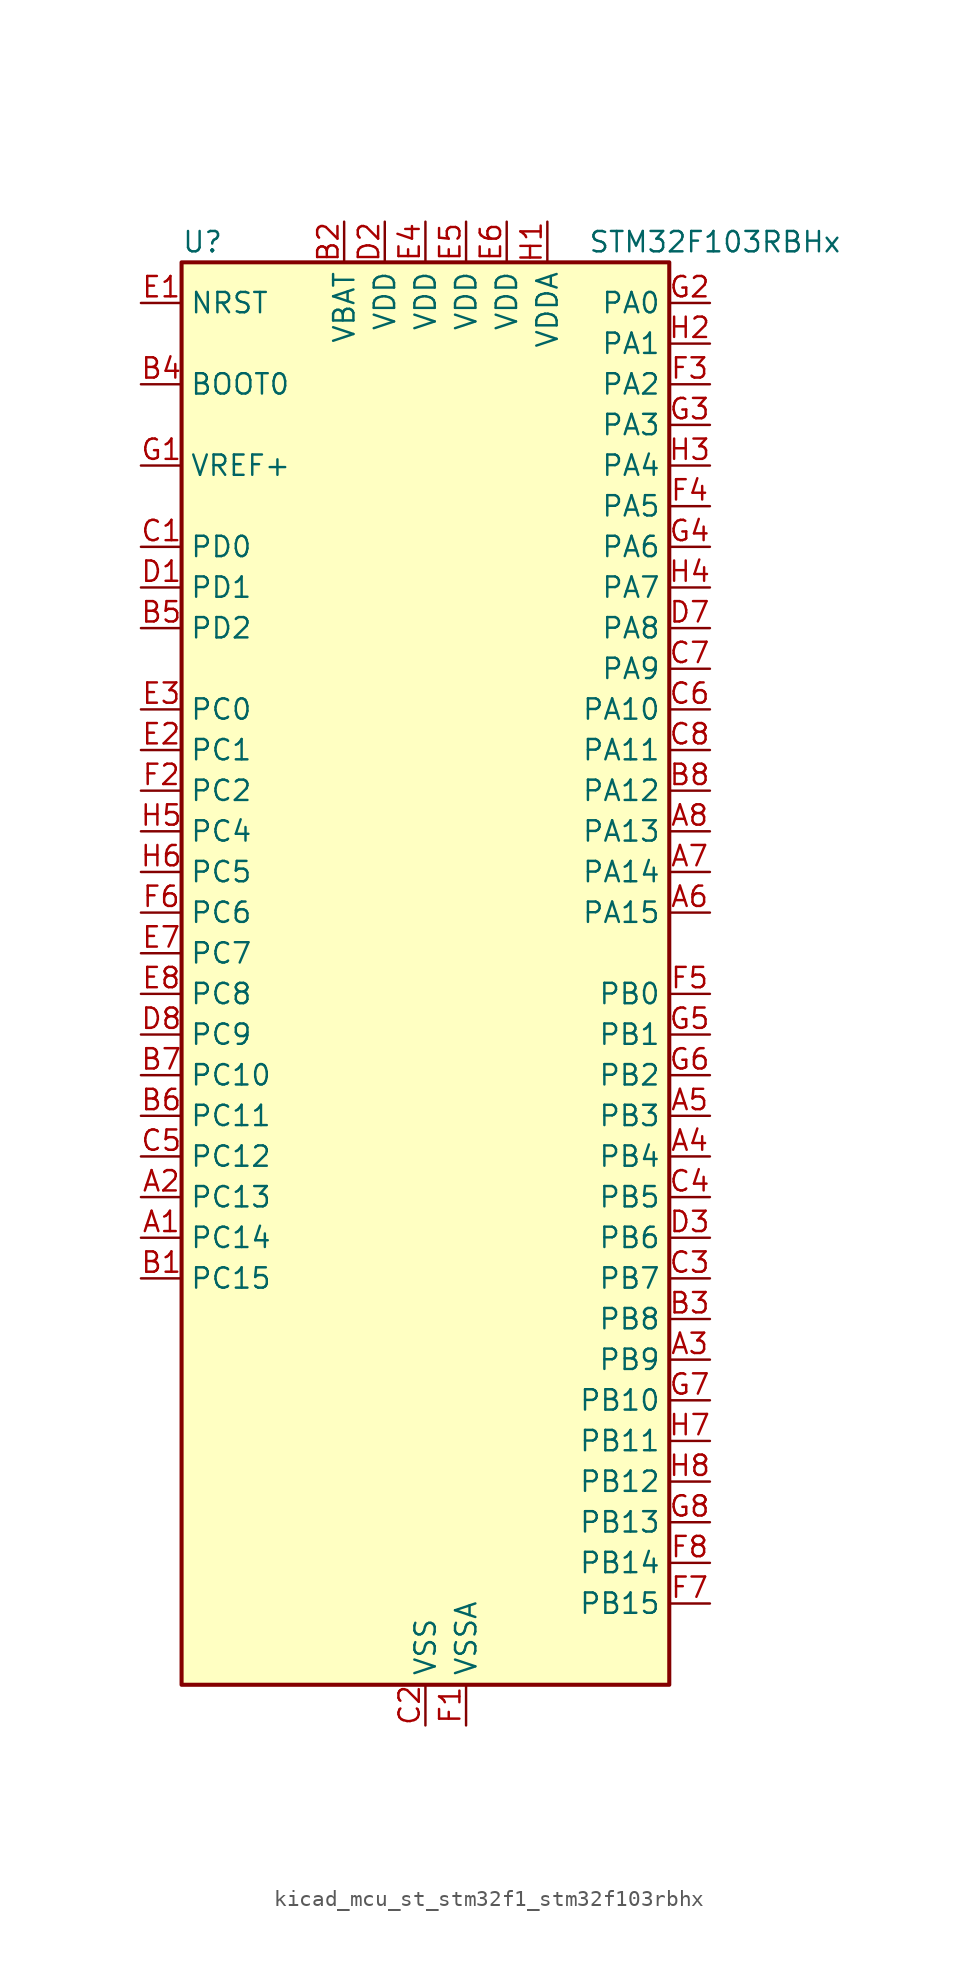
<source format=kicad_sym>
(kicad_symbol_lib
  (version 20220914)
  (generator kicad_symbol_editor)
  (symbol "kicad_mcu_st_stm32f1_stm32f103rbhx"
    (property "Reference" "U"
      (at -15.24 46.99 0)
      (effects (font (size 1.27 1.27)) (justify left)))
    (property "Value" "STM32F103RBHx"
      (at 10.16 46.99 0)
      (effects (font (size 1.27 1.27)) (justify left)))
    (property "ki_locked" ""
      (at 0 0 0)
      (effects (font (size 1.27 1.27))))
    (symbol "kicad_mcu_st_stm32f1_stm32f103rbhx_0_1"
      (rectangle (start -15.24 -43.18) (end 15.24 45.72) (stroke (width 0.254) (type default)) (fill (type background))))
    (symbol "kicad_mcu_st_stm32f1_stm32f103rbhx_1_1"
      (pin bidirectional line (at -17.78 -15.24 0) (length 2.54) (name "PC14" (effects (font (size 1.27 1.27)))) (number "A1" (effects (font (size 1.27 1.27)))) (alternate "RCC_OSC32_IN" bidirectional line))
      (pin bidirectional line (at -17.78 -12.7 0) (length 2.54) (name "PC13" (effects (font (size 1.27 1.27)))) (number "A2" (effects (font (size 1.27 1.27)))) (alternate "RTC_OUT" bidirectional line) (alternate "RTC_TAMPER" bidirectional line))
      (pin bidirectional line (at 17.78 -22.86 180) (length 2.54) (name "PB9" (effects (font (size 1.27 1.27)))) (number "A3" (effects (font (size 1.27 1.27)))) (alternate "CAN_TX" bidirectional line) (alternate "I2C1_SDA" bidirectional line) (alternate "TIM4_CH4" bidirectional line))
      (pin bidirectional line (at 17.78 -10.16 180) (length 2.54) (name "PB4" (effects (font (size 1.27 1.27)))) (number "A4" (effects (font (size 1.27 1.27)))) (alternate "SPI1_MISO" bidirectional line) (alternate "SYS_NJTRST" bidirectional line) (alternate "TIM3_CH1" bidirectional line))
      (pin bidirectional line (at 17.78 -7.62 180) (length 2.54) (name "PB3" (effects (font (size 1.27 1.27)))) (number "A5" (effects (font (size 1.27 1.27)))) (alternate "SPI1_SCK" bidirectional line) (alternate "SYS_JTDO-TRACESWO" bidirectional line) (alternate "TIM2_CH2" bidirectional line))
      (pin bidirectional line (at 17.78 5.08 180) (length 2.54) (name "PA15" (effects (font (size 1.27 1.27)))) (number "A6" (effects (font (size 1.27 1.27)))) (alternate "ADC1_EXTI15" bidirectional line) (alternate "ADC2_EXTI15" bidirectional line) (alternate "SPI1_NSS" bidirectional line) (alternate "SYS_JTDI" bidirectional line) (alternate "TIM2_CH1" bidirectional line) (alternate "TIM2_ETR" bidirectional line))
      (pin bidirectional line (at 17.78 7.62 180) (length 2.54) (name "PA14" (effects (font (size 1.27 1.27)))) (number "A7" (effects (font (size 1.27 1.27)))) (alternate "SYS_JTCK-SWCLK" bidirectional line))
      (pin bidirectional line (at 17.78 10.16 180) (length 2.54) (name "PA13" (effects (font (size 1.27 1.27)))) (number "A8" (effects (font (size 1.27 1.27)))) (alternate "SYS_JTMS-SWDIO" bidirectional line))
      (pin bidirectional line (at -17.78 -17.78 0) (length 2.54) (name "PC15" (effects (font (size 1.27 1.27)))) (number "B1" (effects (font (size 1.27 1.27)))) (alternate "ADC1_EXTI15" bidirectional line) (alternate "ADC2_EXTI15" bidirectional line) (alternate "RCC_OSC32_OUT" bidirectional line))
      (pin power_in line (at -5.08 48.26 270) (length 2.54) (name "VBAT" (effects (font (size 1.27 1.27)))) (number "B2" (effects (font (size 1.27 1.27)))))
      (pin bidirectional line (at 17.78 -20.32 180) (length 2.54) (name "PB8" (effects (font (size 1.27 1.27)))) (number "B3" (effects (font (size 1.27 1.27)))) (alternate "CAN_RX" bidirectional line) (alternate "I2C1_SCL" bidirectional line) (alternate "TIM4_CH3" bidirectional line))
      (pin input line (at -17.78 38.1 0) (length 2.54) (name "BOOT0" (effects (font (size 1.27 1.27)))) (number "B4" (effects (font (size 1.27 1.27)))))
      (pin bidirectional line (at -17.78 22.86 0) (length 2.54) (name "PD2" (effects (font (size 1.27 1.27)))) (number "B5" (effects (font (size 1.27 1.27)))) (alternate "TIM3_ETR" bidirectional line))
      (pin bidirectional line (at -17.78 -7.62 0) (length 2.54) (name "PC11" (effects (font (size 1.27 1.27)))) (number "B6" (effects (font (size 1.27 1.27)))) (alternate "ADC1_EXTI11" bidirectional line) (alternate "ADC2_EXTI11" bidirectional line) (alternate "USART3_RX" bidirectional line))
      (pin bidirectional line (at -17.78 -5.08 0) (length 2.54) (name "PC10" (effects (font (size 1.27 1.27)))) (number "B7" (effects (font (size 1.27 1.27)))) (alternate "USART3_TX" bidirectional line))
      (pin bidirectional line (at 17.78 12.7 180) (length 2.54) (name "PA12" (effects (font (size 1.27 1.27)))) (number "B8" (effects (font (size 1.27 1.27)))) (alternate "CAN_TX" bidirectional line) (alternate "TIM1_ETR" bidirectional line) (alternate "USART1_RTS" bidirectional line) (alternate "USB_DP" bidirectional line))
      (pin bidirectional line (at -17.78 27.94 0) (length 2.54) (name "PD0" (effects (font (size 1.27 1.27)))) (number "C1" (effects (font (size 1.27 1.27)))) (alternate "RCC_OSC_IN" bidirectional line))
      (pin power_in line (at 0 -45.72 90) (length 2.54) (name "VSS" (effects (font (size 1.27 1.27)))) (number "C2" (effects (font (size 1.27 1.27)))))
      (pin bidirectional line (at 17.78 -17.78 180) (length 2.54) (name "PB7" (effects (font (size 1.27 1.27)))) (number "C3" (effects (font (size 1.27 1.27)))) (alternate "I2C1_SDA" bidirectional line) (alternate "TIM4_CH2" bidirectional line) (alternate "USART1_RX" bidirectional line))
      (pin bidirectional line (at 17.78 -12.7 180) (length 2.54) (name "PB5" (effects (font (size 1.27 1.27)))) (number "C4" (effects (font (size 1.27 1.27)))) (alternate "I2C1_SMBA" bidirectional line) (alternate "SPI1_MOSI" bidirectional line) (alternate "TIM3_CH2" bidirectional line))
      (pin bidirectional line (at -17.78 -10.16 0) (length 2.54) (name "PC12" (effects (font (size 1.27 1.27)))) (number "C5" (effects (font (size 1.27 1.27)))) (alternate "USART3_CK" bidirectional line))
      (pin bidirectional line (at 17.78 17.78 180) (length 2.54) (name "PA10" (effects (font (size 1.27 1.27)))) (number "C6" (effects (font (size 1.27 1.27)))) (alternate "TIM1_CH3" bidirectional line) (alternate "USART1_RX" bidirectional line))
      (pin bidirectional line (at 17.78 20.32 180) (length 2.54) (name "PA9" (effects (font (size 1.27 1.27)))) (number "C7" (effects (font (size 1.27 1.27)))) (alternate "TIM1_CH2" bidirectional line) (alternate "USART1_TX" bidirectional line))
      (pin bidirectional line (at 17.78 15.24 180) (length 2.54) (name "PA11" (effects (font (size 1.27 1.27)))) (number "C8" (effects (font (size 1.27 1.27)))) (alternate "ADC1_EXTI11" bidirectional line) (alternate "ADC2_EXTI11" bidirectional line) (alternate "CAN_RX" bidirectional line) (alternate "TIM1_CH4" bidirectional line) (alternate "USART1_CTS" bidirectional line) (alternate "USB_DM" bidirectional line))
      (pin bidirectional line (at -17.78 25.4 0) (length 2.54) (name "PD1" (effects (font (size 1.27 1.27)))) (number "D1" (effects (font (size 1.27 1.27)))) (alternate "RCC_OSC_OUT" bidirectional line))
      (pin power_in line (at -2.54 48.26 270) (length 2.54) (name "VDD" (effects (font (size 1.27 1.27)))) (number "D2" (effects (font (size 1.27 1.27)))))
      (pin bidirectional line (at 17.78 -15.24 180) (length 2.54) (name "PB6" (effects (font (size 1.27 1.27)))) (number "D3" (effects (font (size 1.27 1.27)))) (alternate "I2C1_SCL" bidirectional line) (alternate "TIM4_CH1" bidirectional line) (alternate "USART1_TX" bidirectional line))
      (pin passive line (at 0 -45.72 90) (length 2.54) hide (name "VSS" (effects (font (size 1.27 1.27)))) (number "D4" (effects (font (size 1.27 1.27)))))
      (pin passive line (at 0 -45.72 90) (length 2.54) hide (name "VSS" (effects (font (size 1.27 1.27)))) (number "D5" (effects (font (size 1.27 1.27)))))
      (pin passive line (at 0 -45.72 90) (length 2.54) hide (name "VSS" (effects (font (size 1.27 1.27)))) (number "D6" (effects (font (size 1.27 1.27)))))
      (pin bidirectional line (at 17.78 22.86 180) (length 2.54) (name "PA8" (effects (font (size 1.27 1.27)))) (number "D7" (effects (font (size 1.27 1.27)))) (alternate "RCC_MCO" bidirectional line) (alternate "TIM1_CH1" bidirectional line) (alternate "USART1_CK" bidirectional line))
      (pin bidirectional line (at -17.78 -2.54 0) (length 2.54) (name "PC9" (effects (font (size 1.27 1.27)))) (number "D8" (effects (font (size 1.27 1.27)))) (alternate "TIM3_CH4" bidirectional line))
      (pin input line (at -17.78 43.18 0) (length 2.54) (name "NRST" (effects (font (size 1.27 1.27)))) (number "E1" (effects (font (size 1.27 1.27)))))
      (pin bidirectional line (at -17.78 15.24 0) (length 2.54) (name "PC1" (effects (font (size 1.27 1.27)))) (number "E2" (effects (font (size 1.27 1.27)))) (alternate "ADC1_IN11" bidirectional line) (alternate "ADC2_IN11" bidirectional line))
      (pin bidirectional line (at -17.78 17.78 0) (length 2.54) (name "PC0" (effects (font (size 1.27 1.27)))) (number "E3" (effects (font (size 1.27 1.27)))) (alternate "ADC1_IN10" bidirectional line) (alternate "ADC2_IN10" bidirectional line))
      (pin power_in line (at 0 48.26 270) (length 2.54) (name "VDD" (effects (font (size 1.27 1.27)))) (number "E4" (effects (font (size 1.27 1.27)))))
      (pin power_in line (at 2.54 48.26 270) (length 2.54) (name "VDD" (effects (font (size 1.27 1.27)))) (number "E5" (effects (font (size 1.27 1.27)))))
      (pin power_in line (at 5.08 48.26 270) (length 2.54) (name "VDD" (effects (font (size 1.27 1.27)))) (number "E6" (effects (font (size 1.27 1.27)))))
      (pin bidirectional line (at -17.78 2.54 0) (length 2.54) (name "PC7" (effects (font (size 1.27 1.27)))) (number "E7" (effects (font (size 1.27 1.27)))) (alternate "TIM3_CH2" bidirectional line))
      (pin bidirectional line (at -17.78 0 0) (length 2.54) (name "PC8" (effects (font (size 1.27 1.27)))) (number "E8" (effects (font (size 1.27 1.27)))) (alternate "TIM3_CH3" bidirectional line))
      (pin power_in line (at 2.54 -45.72 90) (length 2.54) (name "VSSA" (effects (font (size 1.27 1.27)))) (number "F1" (effects (font (size 1.27 1.27)))))
      (pin bidirectional line (at -17.78 12.7 0) (length 2.54) (name "PC2" (effects (font (size 1.27 1.27)))) (number "F2" (effects (font (size 1.27 1.27)))) (alternate "ADC1_IN12" bidirectional line) (alternate "ADC2_IN12" bidirectional line))
      (pin bidirectional line (at 17.78 38.1 180) (length 2.54) (name "PA2" (effects (font (size 1.27 1.27)))) (number "F3" (effects (font (size 1.27 1.27)))) (alternate "ADC1_IN2" bidirectional line) (alternate "ADC2_IN2" bidirectional line) (alternate "TIM2_CH3" bidirectional line) (alternate "USART2_TX" bidirectional line))
      (pin bidirectional line (at 17.78 30.48 180) (length 2.54) (name "PA5" (effects (font (size 1.27 1.27)))) (number "F4" (effects (font (size 1.27 1.27)))) (alternate "ADC1_IN5" bidirectional line) (alternate "ADC2_IN5" bidirectional line) (alternate "SPI1_SCK" bidirectional line))
      (pin bidirectional line (at 17.78 0 180) (length 2.54) (name "PB0" (effects (font (size 1.27 1.27)))) (number "F5" (effects (font (size 1.27 1.27)))) (alternate "ADC1_IN8" bidirectional line) (alternate "ADC2_IN8" bidirectional line) (alternate "TIM1_CH2N" bidirectional line) (alternate "TIM3_CH3" bidirectional line))
      (pin bidirectional line (at -17.78 5.08 0) (length 2.54) (name "PC6" (effects (font (size 1.27 1.27)))) (number "F6" (effects (font (size 1.27 1.27)))) (alternate "TIM3_CH1" bidirectional line))
      (pin bidirectional line (at 17.78 -38.1 180) (length 2.54) (name "PB15" (effects (font (size 1.27 1.27)))) (number "F7" (effects (font (size 1.27 1.27)))) (alternate "ADC1_EXTI15" bidirectional line) (alternate "ADC2_EXTI15" bidirectional line) (alternate "SPI2_MOSI" bidirectional line) (alternate "TIM1_CH3N" bidirectional line))
      (pin bidirectional line (at 17.78 -35.56 180) (length 2.54) (name "PB14" (effects (font (size 1.27 1.27)))) (number "F8" (effects (font (size 1.27 1.27)))) (alternate "SPI2_MISO" bidirectional line) (alternate "TIM1_CH2N" bidirectional line) (alternate "USART3_RTS" bidirectional line))
      (pin input line (at -17.78 33.02 0) (length 2.54) (name "VREF+" (effects (font (size 1.27 1.27)))) (number "G1" (effects (font (size 1.27 1.27)))))
      (pin bidirectional line (at 17.78 43.18 180) (length 2.54) (name "PA0" (effects (font (size 1.27 1.27)))) (number "G2" (effects (font (size 1.27 1.27)))) (alternate "ADC1_IN0" bidirectional line) (alternate "ADC2_IN0" bidirectional line) (alternate "SYS_WKUP" bidirectional line) (alternate "TIM2_CH1" bidirectional line) (alternate "TIM2_ETR" bidirectional line) (alternate "USART2_CTS" bidirectional line))
      (pin bidirectional line (at 17.78 35.56 180) (length 2.54) (name "PA3" (effects (font (size 1.27 1.27)))) (number "G3" (effects (font (size 1.27 1.27)))) (alternate "ADC1_IN3" bidirectional line) (alternate "ADC2_IN3" bidirectional line) (alternate "TIM2_CH4" bidirectional line) (alternate "USART2_RX" bidirectional line))
      (pin bidirectional line (at 17.78 27.94 180) (length 2.54) (name "PA6" (effects (font (size 1.27 1.27)))) (number "G4" (effects (font (size 1.27 1.27)))) (alternate "ADC1_IN6" bidirectional line) (alternate "ADC2_IN6" bidirectional line) (alternate "SPI1_MISO" bidirectional line) (alternate "TIM1_BKIN" bidirectional line) (alternate "TIM3_CH1" bidirectional line))
      (pin bidirectional line (at 17.78 -2.54 180) (length 2.54) (name "PB1" (effects (font (size 1.27 1.27)))) (number "G5" (effects (font (size 1.27 1.27)))) (alternate "ADC1_IN9" bidirectional line) (alternate "ADC2_IN9" bidirectional line) (alternate "TIM1_CH3N" bidirectional line) (alternate "TIM3_CH4" bidirectional line))
      (pin bidirectional line (at 17.78 -5.08 180) (length 2.54) (name "PB2" (effects (font (size 1.27 1.27)))) (number "G6" (effects (font (size 1.27 1.27)))))
      (pin bidirectional line (at 17.78 -25.4 180) (length 2.54) (name "PB10" (effects (font (size 1.27 1.27)))) (number "G7" (effects (font (size 1.27 1.27)))) (alternate "I2C2_SCL" bidirectional line) (alternate "TIM2_CH3" bidirectional line) (alternate "USART3_TX" bidirectional line))
      (pin bidirectional line (at 17.78 -33.02 180) (length 2.54) (name "PB13" (effects (font (size 1.27 1.27)))) (number "G8" (effects (font (size 1.27 1.27)))) (alternate "SPI2_SCK" bidirectional line) (alternate "TIM1_CH1N" bidirectional line) (alternate "USART3_CTS" bidirectional line))
      (pin power_in line (at 7.62 48.26 270) (length 2.54) (name "VDDA" (effects (font (size 1.27 1.27)))) (number "H1" (effects (font (size 1.27 1.27)))))
      (pin bidirectional line (at 17.78 40.64 180) (length 2.54) (name "PA1" (effects (font (size 1.27 1.27)))) (number "H2" (effects (font (size 1.27 1.27)))) (alternate "ADC1_IN1" bidirectional line) (alternate "ADC2_IN1" bidirectional line) (alternate "TIM2_CH2" bidirectional line) (alternate "USART2_RTS" bidirectional line))
      (pin bidirectional line (at 17.78 33.02 180) (length 2.54) (name "PA4" (effects (font (size 1.27 1.27)))) (number "H3" (effects (font (size 1.27 1.27)))) (alternate "ADC1_IN4" bidirectional line) (alternate "ADC2_IN4" bidirectional line) (alternate "SPI1_NSS" bidirectional line) (alternate "USART2_CK" bidirectional line))
      (pin bidirectional line (at 17.78 25.4 180) (length 2.54) (name "PA7" (effects (font (size 1.27 1.27)))) (number "H4" (effects (font (size 1.27 1.27)))) (alternate "ADC1_IN7" bidirectional line) (alternate "ADC2_IN7" bidirectional line) (alternate "SPI1_MOSI" bidirectional line) (alternate "TIM1_CH1N" bidirectional line) (alternate "TIM3_CH2" bidirectional line))
      (pin bidirectional line (at -17.78 10.16 0) (length 2.54) (name "PC4" (effects (font (size 1.27 1.27)))) (number "H5" (effects (font (size 1.27 1.27)))) (alternate "ADC1_IN14" bidirectional line) (alternate "ADC2_IN14" bidirectional line))
      (pin bidirectional line (at -17.78 7.62 0) (length 2.54) (name "PC5" (effects (font (size 1.27 1.27)))) (number "H6" (effects (font (size 1.27 1.27)))) (alternate "ADC1_IN15" bidirectional line) (alternate "ADC2_IN15" bidirectional line))
      (pin bidirectional line (at 17.78 -27.94 180) (length 2.54) (name "PB11" (effects (font (size 1.27 1.27)))) (number "H7" (effects (font (size 1.27 1.27)))) (alternate "ADC1_EXTI11" bidirectional line) (alternate "ADC2_EXTI11" bidirectional line) (alternate "I2C2_SDA" bidirectional line) (alternate "TIM2_CH4" bidirectional line) (alternate "USART3_RX" bidirectional line))
      (pin bidirectional line (at 17.78 -30.48 180) (length 2.54) (name "PB12" (effects (font (size 1.27 1.27)))) (number "H8" (effects (font (size 1.27 1.27)))) (alternate "I2C2_SMBA" bidirectional line) (alternate "SPI2_NSS" bidirectional line) (alternate "TIM1_BKIN" bidirectional line) (alternate "USART3_CK" bidirectional line)))))
</source>
